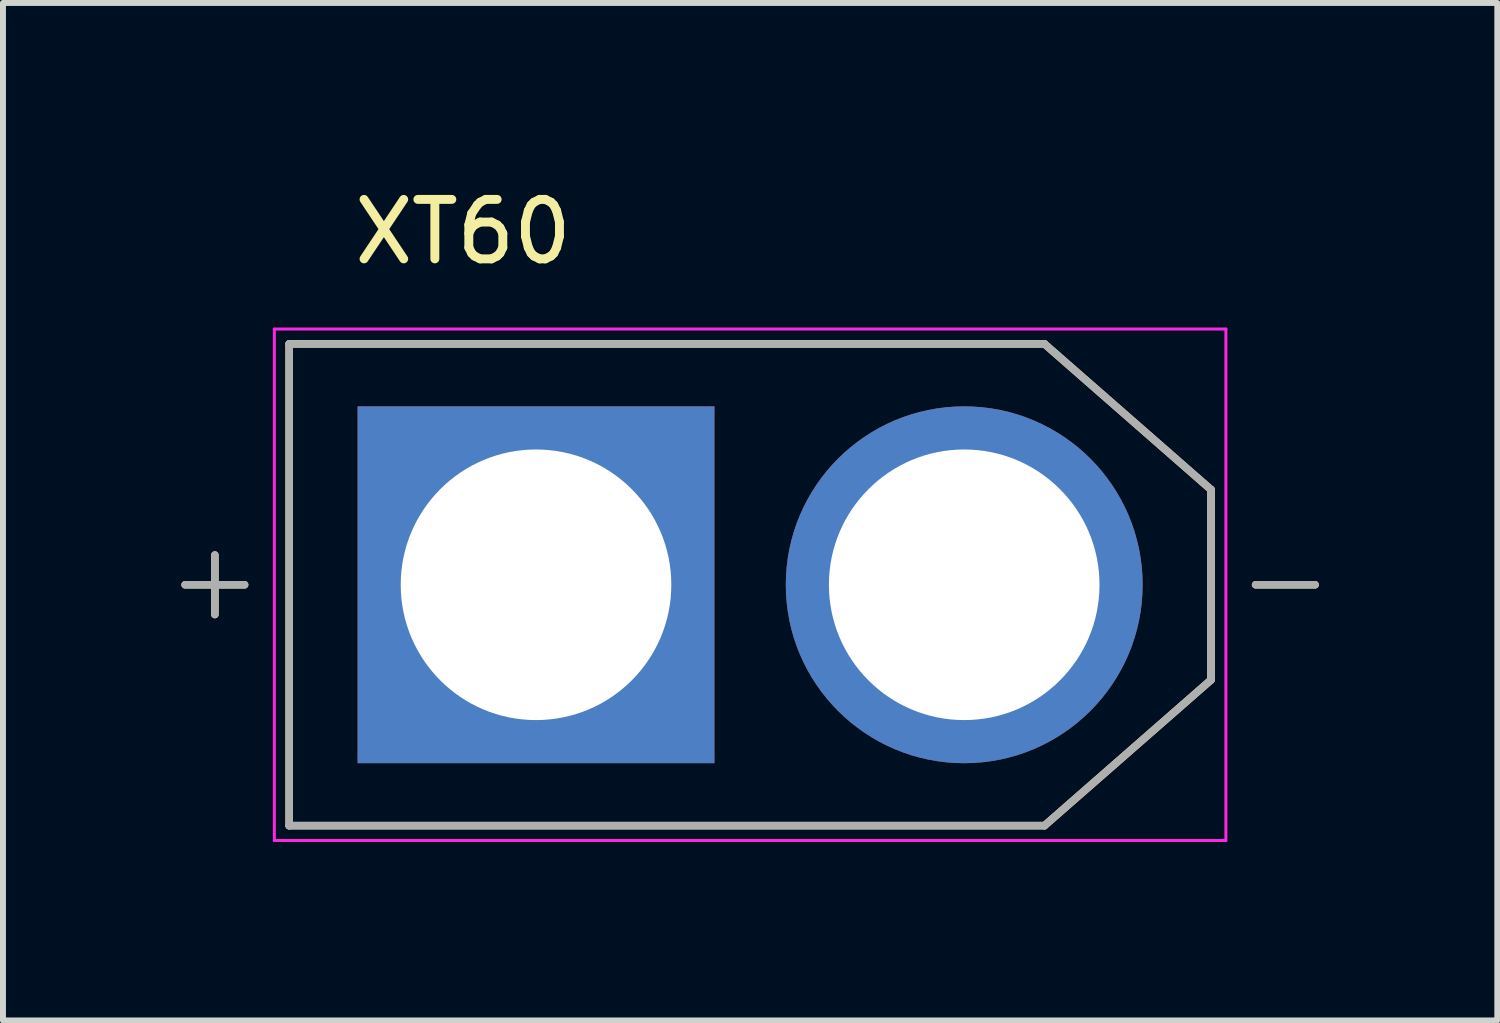
<source format=kicad_pcb>
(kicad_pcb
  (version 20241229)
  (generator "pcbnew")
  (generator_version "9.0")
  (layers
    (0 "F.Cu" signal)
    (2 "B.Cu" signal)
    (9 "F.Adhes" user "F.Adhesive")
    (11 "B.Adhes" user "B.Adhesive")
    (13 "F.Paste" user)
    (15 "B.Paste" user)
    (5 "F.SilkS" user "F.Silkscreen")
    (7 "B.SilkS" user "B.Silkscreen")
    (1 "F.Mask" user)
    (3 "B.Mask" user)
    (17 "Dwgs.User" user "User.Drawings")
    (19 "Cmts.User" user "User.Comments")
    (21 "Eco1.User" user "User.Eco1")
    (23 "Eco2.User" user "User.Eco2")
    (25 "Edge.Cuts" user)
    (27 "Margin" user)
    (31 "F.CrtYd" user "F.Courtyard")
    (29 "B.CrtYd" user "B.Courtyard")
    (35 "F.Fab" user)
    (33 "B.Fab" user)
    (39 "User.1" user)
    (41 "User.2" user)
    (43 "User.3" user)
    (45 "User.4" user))
  (footprint "XT60"
    (layer "F.Cu")
    (at 9.563 6.783)
    (property "Reference" "XT60" (at -4.825 -5.935 0) (layer "F.SilkS") (effects (font (size 1 1) (thickness 0.15))))
    (attr through_hole)
    (fp_line (start -9.5 0) (end -8.5 0) (stroke (width 0.127) (type solid)) (layer "F.SilkS"))
    (fp_line (start -9 -0.5) (end -9 0.5) (stroke (width 0.127) (type solid)) (layer "F.SilkS"))
    (fp_line (start -7.75 -4.05) (end 4.95 -4.05) (stroke (width 0.127) (type solid)) (layer "F.SilkS"))
    (fp_line (start -7.75 4.05) (end -7.75 -4.05) (stroke (width 0.127) (type solid)) (layer "F.SilkS"))
    (fp_line (start 4.95 -4.05) (end 7.75 -1.6) (stroke (width 0.127) (type solid)) (layer "F.SilkS"))
    (fp_line (start 4.95 4.05) (end -7.75 4.05) (stroke (width 0.127) (type solid)) (layer "F.SilkS"))
    (fp_line (start 7.75 -1.6) (end 7.75 1.6) (stroke (width 0.127) (type solid)) (layer "F.SilkS"))
    (fp_line (start 7.75 1.6) (end 4.95 4.05) (stroke (width 0.127) (type solid)) (layer "F.SilkS"))
    (fp_line (start 8.5 0) (end 9.5 0) (stroke (width 0.127) (type solid)) (layer "F.SilkS"))
    (fp_line (start -8 -4.3) (end -8 4.3) (stroke (width 0.05) (type solid)) (layer "F.CrtYd"))
    (fp_line (start -8 4.3) (end 8 4.3) (stroke (width 0.05) (type solid)) (layer "F.CrtYd"))
    (fp_line (start 8 -4.3) (end -8 -4.3) (stroke (width 0.05) (type solid)) (layer "F.CrtYd"))
    (fp_line (start 8 4.3) (end 8 -4.3) (stroke (width 0.05) (type solid)) (layer "F.CrtYd"))
    (fp_line (start -9.5 0) (end -8.5 0) (stroke (width 0.127) (type solid)) (layer "F.Fab"))
    (fp_line (start -9 -0.5) (end -9 0.5) (stroke (width 0.127) (type solid)) (layer "F.Fab"))
    (fp_line (start -7.75 -4.05) (end 4.95 -4.05) (stroke (width 0.127) (type solid)) (layer "F.Fab"))
    (fp_line (start -7.75 4.05) (end -7.75 -4.05) (stroke (width 0.127) (type solid)) (layer "F.Fab"))
    (fp_line (start 4.95 -4.05) (end 7.75 -1.6) (stroke (width 0.127) (type solid)) (layer "F.Fab"))
    (fp_line (start 4.95 4.05) (end -7.75 4.05) (stroke (width 0.127) (type solid)) (layer "F.Fab"))
    (fp_line (start 7.75 -1.6) (end 7.75 1.6) (stroke (width 0.127) (type solid)) (layer "F.Fab"))
    (fp_line (start 7.75 1.6) (end 4.95 4.05) (stroke (width 0.127) (type solid)) (layer "F.Fab"))
    (fp_line (start 8.5 0) (end 9.5 0) (stroke (width 0.127) (type solid)) (layer "F.Fab"))
    (pad "N" thru_hole circle (at 3.6 0) (size 6 6) (drill 4.55) (layers "*.Cu" "*.Mask"))
    (pad "P" thru_hole rect (at -3.6 0) (size 6 6) (drill 4.55) (layers "*.Cu" "*.Mask")))
  (gr_rect
    (start -3 -3)
    (end 22.127 14.108)
    (stroke (width 0.1) (type default))
    (fill no)
    (layer "Edge.Cuts")))
</source>
